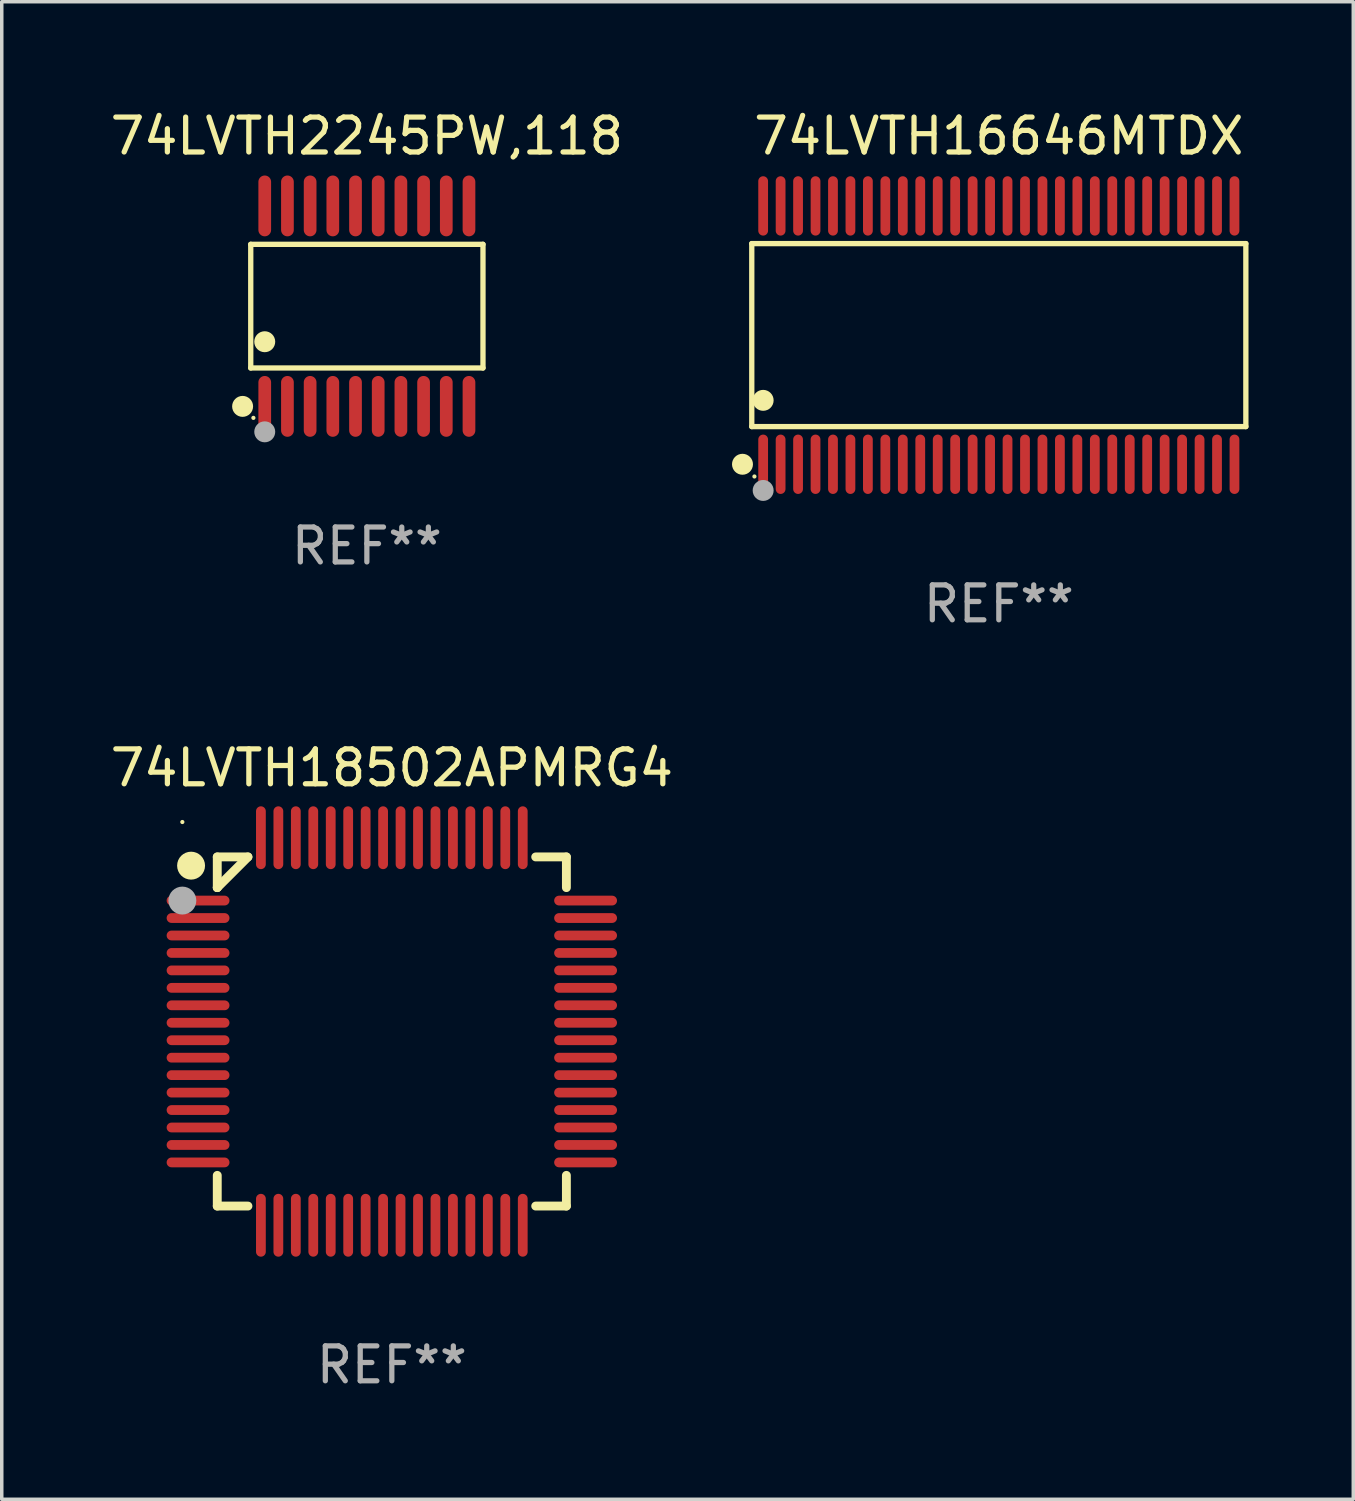
<source format=kicad_pcb>
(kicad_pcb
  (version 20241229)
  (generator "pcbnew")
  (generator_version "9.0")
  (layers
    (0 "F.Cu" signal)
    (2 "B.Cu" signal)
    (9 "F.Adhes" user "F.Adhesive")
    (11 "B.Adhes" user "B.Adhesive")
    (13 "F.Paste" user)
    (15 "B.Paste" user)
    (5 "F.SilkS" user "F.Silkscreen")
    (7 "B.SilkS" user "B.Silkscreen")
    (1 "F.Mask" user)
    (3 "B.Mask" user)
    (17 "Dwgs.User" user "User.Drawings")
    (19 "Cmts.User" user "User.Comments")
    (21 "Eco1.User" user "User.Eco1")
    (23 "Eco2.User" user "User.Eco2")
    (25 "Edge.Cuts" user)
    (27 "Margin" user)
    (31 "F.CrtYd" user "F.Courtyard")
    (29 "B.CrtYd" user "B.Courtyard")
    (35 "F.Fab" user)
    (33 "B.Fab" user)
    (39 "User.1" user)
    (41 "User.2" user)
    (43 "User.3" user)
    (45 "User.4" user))
  (footprint "74LVTH18502APMRG4"
    (layer "F.Cu")
    (at 8.173 26.495)
    (property "Reference" "74LVTH18502APMRG4" (at 0 -7.55 0) (layer "F.SilkS") (effects (font (size 1 1) (thickness 0.15))))
    (attr through_hole)
    (fp_line (start -5 -5) (end -4.121 -5) (stroke (width 0.254) (type solid)) (layer "F.SilkS"))
    (fp_line (start -5 -4.121) (end -5 -5) (stroke (width 0.254) (type solid)) (layer "F.SilkS"))
    (fp_line (start -5 -4.121) (end -5 -4.121) (stroke (width 0.254) (type solid)) (layer "F.SilkS"))
    (fp_line (start -5 -4.121) (end -4.121 -5) (stroke (width 0.254) (type solid)) (layer "F.SilkS"))
    (fp_line (start -5 5) (end -5 4.121) (stroke (width 0.254) (type solid)) (layer "F.SilkS"))
    (fp_line (start -4.121 5) (end -5 5) (stroke (width 0.254) (type solid)) (layer "F.SilkS"))
    (fp_line (start 4.121 -5) (end 5 -5) (stroke (width 0.254) (type solid)) (layer "F.SilkS"))
    (fp_line (start 5 -5) (end 5 -4.121) (stroke (width 0.254) (type solid)) (layer "F.SilkS"))
    (fp_line (start 5 4.121) (end 5 5) (stroke (width 0.254) (type solid)) (layer "F.SilkS"))
    (fp_line (start 5 5) (end 4.121 5) (stroke (width 0.254) (type solid)) (layer "F.SilkS"))
    (fp_circle (center -6 -6) (end -5.97 -6) (stroke (width 0.06) (type solid)) (fill no) (layer "F.SilkS"))
    (fp_circle (center -5.75 -4.75) (end -5.55 -4.75) (stroke (width 0.4) (type solid)) (fill no) (layer "F.SilkS"))
    (fp_circle (center -6 -3.75) (end -5.8 -3.75) (stroke (width 0.4) (type solid)) (fill no) (layer "F.Fab"))
    (fp_text user "REF**" (at 0 9.55 0) (layer "F.Fab") (effects (font (size 1 1) (thickness 0.15))))
    (pad "1" smd oval (at -5.55 -3.75 90) (size 0.28 1.8) (layers "F.Cu" "F.Mask" "F.Paste"))
    (pad "2" smd oval (at -5.55 -3.25 90) (size 0.28 1.8) (layers "F.Cu" "F.Mask" "F.Paste"))
    (pad "3" smd oval (at -5.55 -2.75 90) (size 0.28 1.8) (layers "F.Cu" "F.Mask" "F.Paste"))
    (pad "4" smd oval (at -5.55 -2.25 90) (size 0.28 1.8) (layers "F.Cu" "F.Mask" "F.Paste"))
    (pad "5" smd oval (at -5.55 -1.75 90) (size 0.28 1.8) (layers "F.Cu" "F.Mask" "F.Paste"))
    (pad "6" smd oval (at -5.55 -1.25 90) (size 0.28 1.8) (layers "F.Cu" "F.Mask" "F.Paste"))
    (pad "7" smd oval (at -5.55 -0.75 90) (size 0.28 1.8) (layers "F.Cu" "F.Mask" "F.Paste"))
    (pad "8" smd oval (at -5.55 -0.25 90) (size 0.28 1.8) (layers "F.Cu" "F.Mask" "F.Paste"))
    (pad "9" smd oval (at -5.55 0.25 90) (size 0.28 1.8) (layers "F.Cu" "F.Mask" "F.Paste"))
    (pad "10" smd oval (at -5.55 0.75 90) (size 0.28 1.8) (layers "F.Cu" "F.Mask" "F.Paste"))
    (pad "11" smd oval (at -5.55 1.25 90) (size 0.28 1.8) (layers "F.Cu" "F.Mask" "F.Paste"))
    (pad "12" smd oval (at -5.55 1.75 90) (size 0.28 1.8) (layers "F.Cu" "F.Mask" "F.Paste"))
    (pad "13" smd oval (at -5.55 2.25 90) (size 0.28 1.8) (layers "F.Cu" "F.Mask" "F.Paste"))
    (pad "14" smd oval (at -5.55 2.75 90) (size 0.28 1.8) (layers "F.Cu" "F.Mask" "F.Paste"))
    (pad "15" smd oval (at -5.55 3.25 90) (size 0.28 1.8) (layers "F.Cu" "F.Mask" "F.Paste"))
    (pad "16" smd oval (at -5.55 3.75 90) (size 0.28 1.8) (layers "F.Cu" "F.Mask" "F.Paste"))
    (pad "17" smd oval (at -3.75 5.55) (size 0.28 1.8) (layers "F.Cu" "F.Mask" "F.Paste"))
    (pad "18" smd oval (at -3.25 5.55) (size 0.28 1.8) (layers "F.Cu" "F.Mask" "F.Paste"))
    (pad "19" smd oval (at -2.75 5.55) (size 0.28 1.8) (layers "F.Cu" "F.Mask" "F.Paste"))
    (pad "20" smd oval (at -2.25 5.55) (size 0.28 1.8) (layers "F.Cu" "F.Mask" "F.Paste"))
    (pad "21" smd oval (at -1.75 5.55) (size 0.28 1.8) (layers "F.Cu" "F.Mask" "F.Paste"))
    (pad "22" smd oval (at -1.25 5.55) (size 0.28 1.8) (layers "F.Cu" "F.Mask" "F.Paste"))
    (pad "23" smd oval (at -0.75 5.55) (size 0.28 1.8) (layers "F.Cu" "F.Mask" "F.Paste"))
    (pad "24" smd oval (at -0.25 5.55) (size 0.28 1.8) (layers "F.Cu" "F.Mask" "F.Paste"))
    (pad "25" smd oval (at 0.25 5.55) (size 0.28 1.8) (layers "F.Cu" "F.Mask" "F.Paste"))
    (pad "26" smd oval (at 0.75 5.55) (size 0.28 1.8) (layers "F.Cu" "F.Mask" "F.Paste"))
    (pad "27" smd oval (at 1.25 5.55) (size 0.28 1.8) (layers "F.Cu" "F.Mask" "F.Paste"))
    (pad "28" smd oval (at 1.75 5.55) (size 0.28 1.8) (layers "F.Cu" "F.Mask" "F.Paste"))
    (pad "29" smd oval (at 2.25 5.55) (size 0.28 1.8) (layers "F.Cu" "F.Mask" "F.Paste"))
    (pad "30" smd oval (at 2.75 5.55) (size 0.28 1.8) (layers "F.Cu" "F.Mask" "F.Paste"))
    (pad "31" smd oval (at 3.25 5.55) (size 0.28 1.8) (layers "F.Cu" "F.Mask" "F.Paste"))
    (pad "32" smd oval (at 3.75 5.55) (size 0.28 1.8) (layers "F.Cu" "F.Mask" "F.Paste"))
    (pad "33" smd oval (at 5.55 3.75 90) (size 0.28 1.8) (layers "F.Cu" "F.Mask" "F.Paste"))
    (pad "34" smd oval (at 5.55 3.25 90) (size 0.28 1.8) (layers "F.Cu" "F.Mask" "F.Paste"))
    (pad "35" smd oval (at 5.55 2.75 90) (size 0.28 1.8) (layers "F.Cu" "F.Mask" "F.Paste"))
    (pad "36" smd oval (at 5.55 2.25 90) (size 0.28 1.8) (layers "F.Cu" "F.Mask" "F.Paste"))
    (pad "37" smd oval (at 5.55 1.75 90) (size 0.28 1.8) (layers "F.Cu" "F.Mask" "F.Paste"))
    (pad "38" smd oval (at 5.55 1.25 90) (size 0.28 1.8) (layers "F.Cu" "F.Mask" "F.Paste"))
    (pad "39" smd oval (at 5.55 0.75 90) (size 0.28 1.8) (layers "F.Cu" "F.Mask" "F.Paste"))
    (pad "40" smd oval (at 5.55 0.25 90) (size 0.28 1.8) (layers "F.Cu" "F.Mask" "F.Paste"))
    (pad "41" smd oval (at 5.55 -0.25 90) (size 0.28 1.8) (layers "F.Cu" "F.Mask" "F.Paste"))
    (pad "42" smd oval (at 5.55 -0.75 90) (size 0.28 1.8) (layers "F.Cu" "F.Mask" "F.Paste"))
    (pad "43" smd oval (at 5.55 -1.25 90) (size 0.28 1.8) (layers "F.Cu" "F.Mask" "F.Paste"))
    (pad "44" smd oval (at 5.55 -1.75 90) (size 0.28 1.8) (layers "F.Cu" "F.Mask" "F.Paste"))
    (pad "45" smd oval (at 5.55 -2.25 90) (size 0.28 1.8) (layers "F.Cu" "F.Mask" "F.Paste"))
    (pad "46" smd oval (at 5.55 -2.75 90) (size 0.28 1.8) (layers "F.Cu" "F.Mask" "F.Paste"))
    (pad "47" smd oval (at 5.55 -3.25 90) (size 0.28 1.8) (layers "F.Cu" "F.Mask" "F.Paste"))
    (pad "48" smd oval (at 5.55 -3.75 90) (size 0.28 1.8) (layers "F.Cu" "F.Mask" "F.Paste"))
    (pad "49" smd oval (at 3.75 -5.55) (size 0.28 1.8) (layers "F.Cu" "F.Mask" "F.Paste"))
    (pad "50" smd oval (at 3.25 -5.55) (size 0.28 1.8) (layers "F.Cu" "F.Mask" "F.Paste"))
    (pad "51" smd oval (at 2.75 -5.55) (size 0.28 1.8) (layers "F.Cu" "F.Mask" "F.Paste"))
    (pad "52" smd oval (at 2.25 -5.55) (size 0.28 1.8) (layers "F.Cu" "F.Mask" "F.Paste"))
    (pad "53" smd oval (at 1.75 -5.55) (size 0.28 1.8) (layers "F.Cu" "F.Mask" "F.Paste"))
    (pad "54" smd oval (at 1.25 -5.55) (size 0.28 1.8) (layers "F.Cu" "F.Mask" "F.Paste"))
    (pad "55" smd oval (at 0.75 -5.55) (size 0.28 1.8) (layers "F.Cu" "F.Mask" "F.Paste"))
    (pad "56" smd oval (at 0.25 -5.55) (size 0.28 1.8) (layers "F.Cu" "F.Mask" "F.Paste"))
    (pad "57" smd oval (at -0.25 -5.55) (size 0.28 1.8) (layers "F.Cu" "F.Mask" "F.Paste"))
    (pad "58" smd oval (at -0.75 -5.55) (size 0.28 1.8) (layers "F.Cu" "F.Mask" "F.Paste"))
    (pad "59" smd oval (at -1.25 -5.55) (size 0.28 1.8) (layers "F.Cu" "F.Mask" "F.Paste"))
    (pad "60" smd oval (at -1.75 -5.55) (size 0.28 1.8) (layers "F.Cu" "F.Mask" "F.Paste"))
    (pad "61" smd oval (at -2.25 -5.55) (size 0.28 1.8) (layers "F.Cu" "F.Mask" "F.Paste"))
    (pad "62" smd oval (at -2.75 -5.55) (size 0.28 1.8) (layers "F.Cu" "F.Mask" "F.Paste"))
    (pad "63" smd oval (at -3.25 -5.55) (size 0.28 1.8) (layers "F.Cu" "F.Mask" "F.Paste"))
    (pad "64" smd oval (at -3.75 -5.55) (size 0.28 1.8) (layers "F.Cu" "F.Mask" "F.Paste")))
  (footprint "74LVTH2245PW,118"
    (layer "F.Cu")
    (at 7.458 5.719)
    (property "Reference" "74LVTH2245PW,118" (at 0 -4.871 0) (layer "F.SilkS") (effects (font (size 1 1) (thickness 0.15))))
    (attr through_hole)
    (fp_line (start -3.326 -1.771) (end 3.326 -1.771) (stroke (width 0.152) (type solid)) (layer "F.SilkS"))
    (fp_line (start -3.326 1.771) (end -3.326 -1.771) (stroke (width 0.152) (type solid)) (layer "F.SilkS"))
    (fp_line (start 3.326 -1.771) (end 3.326 1.771) (stroke (width 0.152) (type solid)) (layer "F.SilkS"))
    (fp_line (start 3.326 1.771) (end -3.326 1.771) (stroke (width 0.152) (type solid)) (layer "F.SilkS"))
    (fp_circle (center -3.559 2.871) (end -3.409 2.871) (stroke (width 0.3) (type solid)) (fill no) (layer "F.SilkS"))
    (fp_circle (center -3.25 3.2) (end -3.22 3.2) (stroke (width 0.06) (type solid)) (fill no) (layer "F.SilkS"))
    (fp_circle (center -2.925 1.019) (end -2.775 1.019) (stroke (width 0.3) (type solid)) (fill no) (layer "F.SilkS"))
    (fp_circle (center -2.925 3.6) (end -2.775 3.6) (stroke (width 0.3) (type solid)) (fill no) (layer "F.Fab"))
    (fp_text user "REF**" (at 0 6.871 0) (layer "F.Fab") (effects (font (size 1 1) (thickness 0.15))))
    (pad "1" smd oval (at -2.925 2.871) (size 0.364 1.742) (layers "F.Cu" "F.Mask" "F.Paste"))
    (pad "2" smd oval (at -2.275 2.871) (size 0.364 1.742) (layers "F.Cu" "F.Mask" "F.Paste"))
    (pad "3" smd oval (at -1.625 2.871) (size 0.364 1.742) (layers "F.Cu" "F.Mask" "F.Paste"))
    (pad "4" smd oval (at -0.975 2.871) (size 0.364 1.742) (layers "F.Cu" "F.Mask" "F.Paste"))
    (pad "5" smd oval (at -0.325 2.871) (size 0.364 1.742) (layers "F.Cu" "F.Mask" "F.Paste"))
    (pad "6" smd oval (at 0.325 2.871) (size 0.364 1.742) (layers "F.Cu" "F.Mask" "F.Paste"))
    (pad "7" smd oval (at 0.975 2.871) (size 0.364 1.742) (layers "F.Cu" "F.Mask" "F.Paste"))
    (pad "8" smd oval (at 1.625 2.871) (size 0.364 1.742) (layers "F.Cu" "F.Mask" "F.Paste"))
    (pad "9" smd oval (at 2.275 2.871) (size 0.364 1.742) (layers "F.Cu" "F.Mask" "F.Paste"))
    (pad "10" smd oval (at 2.925 2.871) (size 0.364 1.742) (layers "F.Cu" "F.Mask" "F.Paste"))
    (pad "11" smd oval (at 2.925 -2.871) (size 0.364 1.742) (layers "F.Cu" "F.Mask" "F.Paste"))
    (pad "12" smd oval (at 2.275 -2.871) (size 0.364 1.742) (layers "F.Cu" "F.Mask" "F.Paste"))
    (pad "13" smd oval (at 1.625 -2.871) (size 0.364 1.742) (layers "F.Cu" "F.Mask" "F.Paste"))
    (pad "14" smd oval (at 0.975 -2.871) (size 0.364 1.742) (layers "F.Cu" "F.Mask" "F.Paste"))
    (pad "15" smd oval (at 0.325 -2.871) (size 0.364 1.742) (layers "F.Cu" "F.Mask" "F.Paste"))
    (pad "16" smd oval (at -0.325 -2.871) (size 0.364 1.742) (layers "F.Cu" "F.Mask" "F.Paste"))
    (pad "17" smd oval (at -0.975 -2.871) (size 0.364 1.742) (layers "F.Cu" "F.Mask" "F.Paste"))
    (pad "18" smd oval (at -1.625 -2.871) (size 0.364 1.742) (layers "F.Cu" "F.Mask" "F.Paste"))
    (pad "19" smd oval (at -2.275 -2.871) (size 0.364 1.742) (layers "F.Cu" "F.Mask" "F.Paste"))
    (pad "20" smd oval (at -2.925 -2.871) (size 0.364 1.742) (layers "F.Cu" "F.Mask" "F.Paste")))
  (footprint "74LVTH16646MTDX"
    (layer "F.Cu")
    (at 25.559 6.548)
    (property "Reference" "74LVTH16646MTDX" (at 0 -5.7 0) (layer "F.SilkS") (effects (font (size 1 1) (thickness 0.15))))
    (attr through_hole)
    (fp_line (start -7.076 -2.621) (end 7.076 -2.621) (stroke (width 0.152) (type solid)) (layer "F.SilkS"))
    (fp_line (start -7.076 2.621) (end -7.076 -2.621) (stroke (width 0.152) (type solid)) (layer "F.SilkS"))
    (fp_line (start 7.076 -2.621) (end 7.076 2.621) (stroke (width 0.152) (type solid)) (layer "F.SilkS"))
    (fp_line (start 7.076 2.621) (end -7.076 2.621) (stroke (width 0.152) (type solid)) (layer "F.SilkS"))
    (fp_circle (center -7.342 3.7) (end -7.192 3.7) (stroke (width 0.3) (type solid)) (fill no) (layer "F.SilkS"))
    (fp_circle (center -7 4.05) (end -6.97 4.05) (stroke (width 0.06) (type solid)) (fill no) (layer "F.SilkS"))
    (fp_circle (center -6.75 1.869) (end -6.6 1.869) (stroke (width 0.3) (type solid)) (fill no) (layer "F.SilkS"))
    (fp_circle (center -6.75 4.45) (end -6.6 4.45) (stroke (width 0.3) (type solid)) (fill no) (layer "F.Fab"))
    (fp_text user "REF**" (at 0 7.7 0) (layer "F.Fab") (effects (font (size 1 1) (thickness 0.15))))
    (pad "1" smd oval (at -6.75 3.7) (size 0.28 1.7) (layers "F.Cu" "F.Mask" "F.Paste"))
    (pad "2" smd oval (at -6.25 3.7) (size 0.28 1.7) (layers "F.Cu" "F.Mask" "F.Paste"))
    (pad "3" smd oval (at -5.75 3.7) (size 0.28 1.7) (layers "F.Cu" "F.Mask" "F.Paste"))
    (pad "4" smd oval (at -5.25 3.7) (size 0.28 1.7) (layers "F.Cu" "F.Mask" "F.Paste"))
    (pad "5" smd oval (at -4.75 3.7) (size 0.28 1.7) (layers "F.Cu" "F.Mask" "F.Paste"))
    (pad "6" smd oval (at -4.25 3.7) (size 0.28 1.7) (layers "F.Cu" "F.Mask" "F.Paste"))
    (pad "7" smd oval (at -3.75 3.7) (size 0.28 1.7) (layers "F.Cu" "F.Mask" "F.Paste"))
    (pad "8" smd oval (at -3.25 3.7) (size 0.28 1.7) (layers "F.Cu" "F.Mask" "F.Paste"))
    (pad "9" smd oval (at -2.75 3.7) (size 0.28 1.7) (layers "F.Cu" "F.Mask" "F.Paste"))
    (pad "10" smd oval (at -2.25 3.7) (size 0.28 1.7) (layers "F.Cu" "F.Mask" "F.Paste"))
    (pad "11" smd oval (at -1.75 3.7) (size 0.28 1.7) (layers "F.Cu" "F.Mask" "F.Paste"))
    (pad "12" smd oval (at -1.25 3.7) (size 0.28 1.7) (layers "F.Cu" "F.Mask" "F.Paste"))
    (pad "13" smd oval (at -0.75 3.7) (size 0.28 1.7) (layers "F.Cu" "F.Mask" "F.Paste"))
    (pad "14" smd oval (at -0.25 3.7) (size 0.28 1.7) (layers "F.Cu" "F.Mask" "F.Paste"))
    (pad "15" smd oval (at 0.25 3.7) (size 0.28 1.7) (layers "F.Cu" "F.Mask" "F.Paste"))
    (pad "16" smd oval (at 0.75 3.7) (size 0.28 1.7) (layers "F.Cu" "F.Mask" "F.Paste"))
    (pad "17" smd oval (at 1.25 3.7) (size 0.28 1.7) (layers "F.Cu" "F.Mask" "F.Paste"))
    (pad "18" smd oval (at 1.75 3.7) (size 0.28 1.7) (layers "F.Cu" "F.Mask" "F.Paste"))
    (pad "19" smd oval (at 2.25 3.7) (size 0.28 1.7) (layers "F.Cu" "F.Mask" "F.Paste"))
    (pad "20" smd oval (at 2.75 3.7) (size 0.28 1.7) (layers "F.Cu" "F.Mask" "F.Paste"))
    (pad "21" smd oval (at 3.25 3.7) (size 0.28 1.7) (layers "F.Cu" "F.Mask" "F.Paste"))
    (pad "22" smd oval (at 3.75 3.7) (size 0.28 1.7) (layers "F.Cu" "F.Mask" "F.Paste"))
    (pad "23" smd oval (at 4.25 3.7) (size 0.28 1.7) (layers "F.Cu" "F.Mask" "F.Paste"))
    (pad "24" smd oval (at 4.75 3.7) (size 0.28 1.7) (layers "F.Cu" "F.Mask" "F.Paste"))
    (pad "25" smd oval (at 5.25 3.7) (size 0.28 1.7) (layers "F.Cu" "F.Mask" "F.Paste"))
    (pad "26" smd oval (at 5.75 3.7) (size 0.28 1.7) (layers "F.Cu" "F.Mask" "F.Paste"))
    (pad "27" smd oval (at 6.25 3.7) (size 0.28 1.7) (layers "F.Cu" "F.Mask" "F.Paste"))
    (pad "28" smd oval (at 6.75 3.7) (size 0.28 1.7) (layers "F.Cu" "F.Mask" "F.Paste"))
    (pad "29" smd oval (at 6.75 -3.7) (size 0.28 1.7) (layers "F.Cu" "F.Mask" "F.Paste"))
    (pad "30" smd oval (at 6.25 -3.7) (size 0.28 1.7) (layers "F.Cu" "F.Mask" "F.Paste"))
    (pad "31" smd oval (at 5.75 -3.7) (size 0.28 1.7) (layers "F.Cu" "F.Mask" "F.Paste"))
    (pad "32" smd oval (at 5.25 -3.7) (size 0.28 1.7) (layers "F.Cu" "F.Mask" "F.Paste"))
    (pad "33" smd oval (at 4.75 -3.7) (size 0.28 1.7) (layers "F.Cu" "F.Mask" "F.Paste"))
    (pad "34" smd oval (at 4.25 -3.7) (size 0.28 1.7) (layers "F.Cu" "F.Mask" "F.Paste"))
    (pad "35" smd oval (at 3.75 -3.7) (size 0.28 1.7) (layers "F.Cu" "F.Mask" "F.Paste"))
    (pad "36" smd oval (at 3.25 -3.7) (size 0.28 1.7) (layers "F.Cu" "F.Mask" "F.Paste"))
    (pad "37" smd oval (at 2.75 -3.7) (size 0.28 1.7) (layers "F.Cu" "F.Mask" "F.Paste"))
    (pad "38" smd oval (at 2.25 -3.7) (size 0.28 1.7) (layers "F.Cu" "F.Mask" "F.Paste"))
    (pad "39" smd oval (at 1.75 -3.7) (size 0.28 1.7) (layers "F.Cu" "F.Mask" "F.Paste"))
    (pad "40" smd oval (at 1.25 -3.7) (size 0.28 1.7) (layers "F.Cu" "F.Mask" "F.Paste"))
    (pad "41" smd oval (at 0.75 -3.7) (size 0.28 1.7) (layers "F.Cu" "F.Mask" "F.Paste"))
    (pad "42" smd oval (at 0.25 -3.7) (size 0.28 1.7) (layers "F.Cu" "F.Mask" "F.Paste"))
    (pad "43" smd oval (at -0.25 -3.7) (size 0.28 1.7) (layers "F.Cu" "F.Mask" "F.Paste"))
    (pad "44" smd oval (at -0.75 -3.7) (size 0.28 1.7) (layers "F.Cu" "F.Mask" "F.Paste"))
    (pad "45" smd oval (at -1.25 -3.7) (size 0.28 1.7) (layers "F.Cu" "F.Mask" "F.Paste"))
    (pad "46" smd oval (at -1.75 -3.7) (size 0.28 1.7) (layers "F.Cu" "F.Mask" "F.Paste"))
    (pad "47" smd oval (at -2.25 -3.7) (size 0.28 1.7) (layers "F.Cu" "F.Mask" "F.Paste"))
    (pad "48" smd oval (at -2.75 -3.7) (size 0.28 1.7) (layers "F.Cu" "F.Mask" "F.Paste"))
    (pad "49" smd oval (at -3.25 -3.7) (size 0.28 1.7) (layers "F.Cu" "F.Mask" "F.Paste"))
    (pad "50" smd oval (at -3.75 -3.7) (size 0.28 1.7) (layers "F.Cu" "F.Mask" "F.Paste"))
    (pad "51" smd oval (at -4.25 -3.7) (size 0.28 1.7) (layers "F.Cu" "F.Mask" "F.Paste"))
    (pad "52" smd oval (at -4.75 -3.7) (size 0.28 1.7) (layers "F.Cu" "F.Mask" "F.Paste"))
    (pad "53" smd oval (at -5.25 -3.7) (size 0.28 1.7) (layers "F.Cu" "F.Mask" "F.Paste"))
    (pad "54" smd oval (at -5.75 -3.7) (size 0.28 1.7) (layers "F.Cu" "F.Mask" "F.Paste"))
    (pad "55" smd oval (at -6.25 -3.7) (size 0.28 1.7) (layers "F.Cu" "F.Mask" "F.Paste"))
    (pad "56" smd oval (at -6.75 -3.7) (size 0.28 1.7) (layers "F.Cu" "F.Mask" "F.Paste")))
  (gr_rect
    (start -3 -3)
    (end 35.712 39.893)
    (stroke (width 0.1) (type default))
    (fill no)
    (layer "Edge.Cuts")))
</source>
